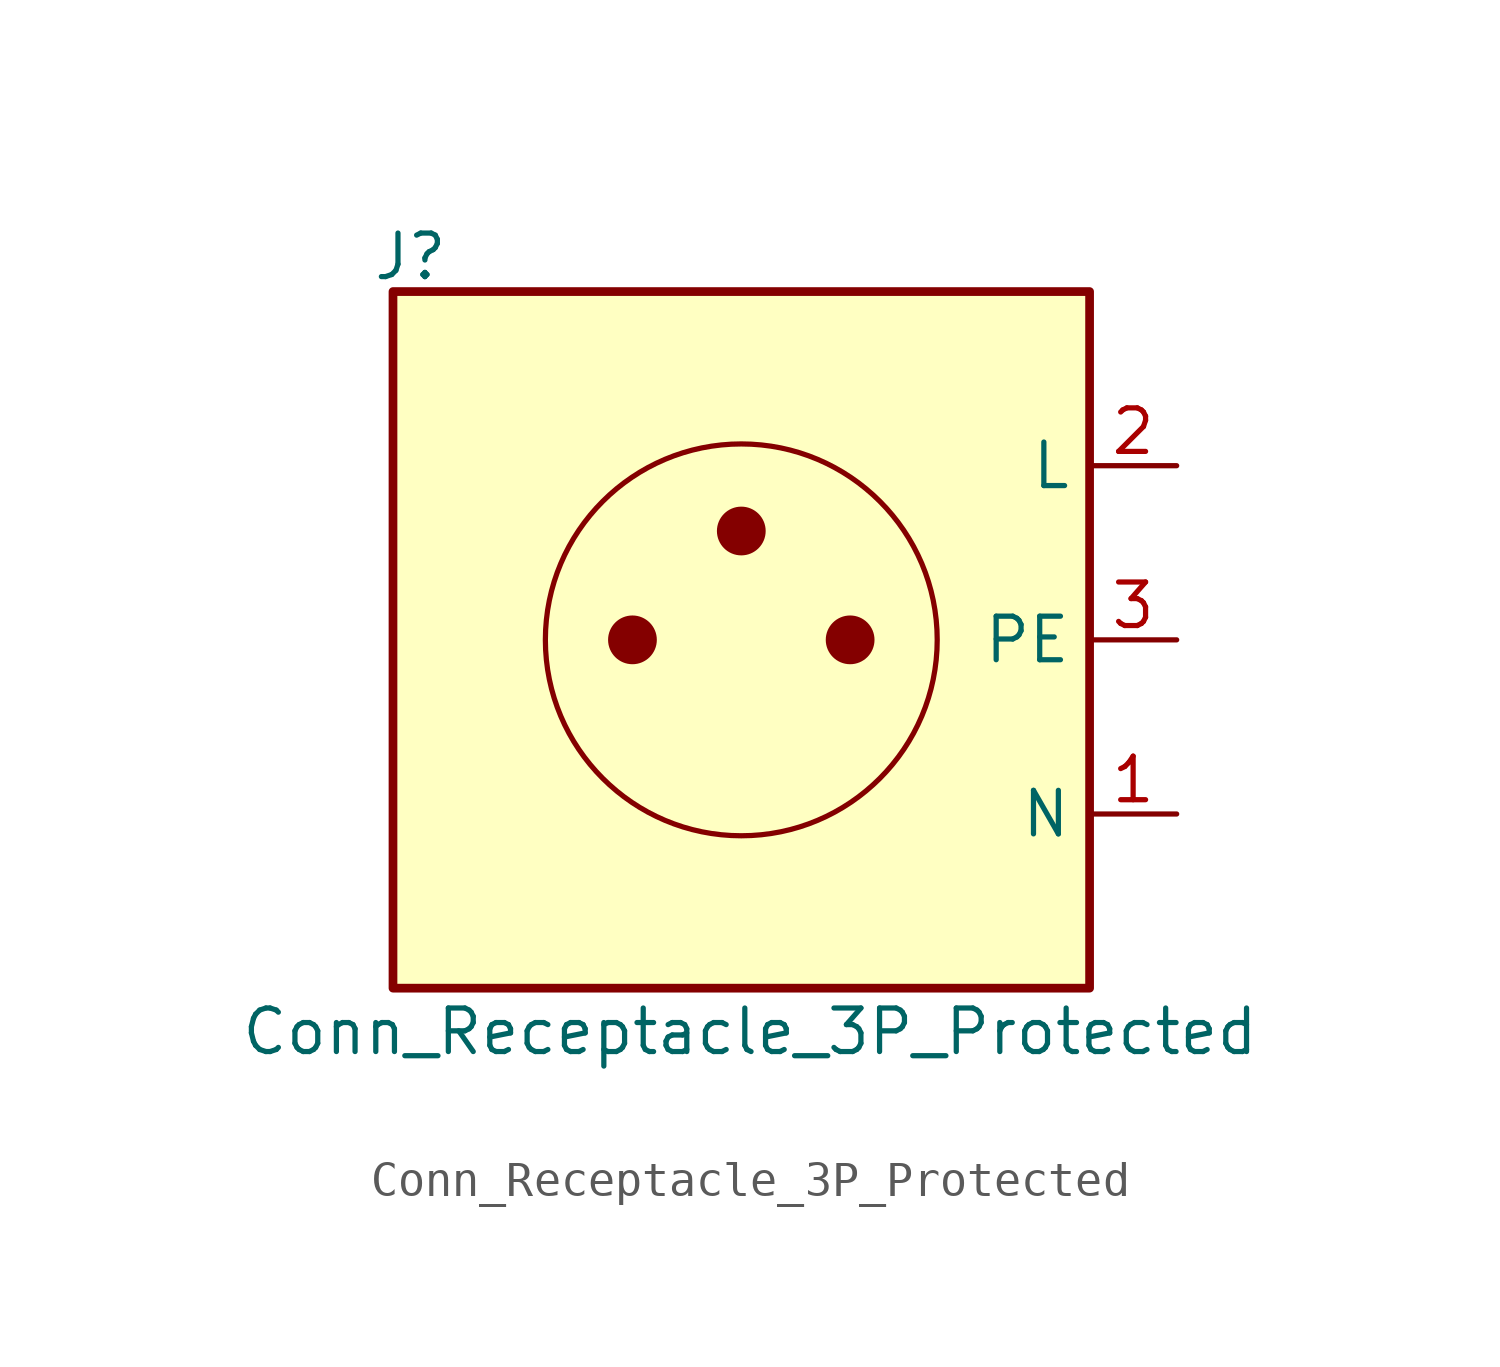
<source format=kicad_sym>
(kicad_symbol_lib
  (version 20241209)
  (generator "kicad_symbol_editor")
  (generator_version "9.0")
  (symbol "Conn_Receptacle_3P_Protected"
    (property "Reference" "J"
      (at -9.652 11.176 0)
      (effects (font (size 1.27 1.27))))
    (property "Value" "Conn_Receptacle_3P_Protected"
      (at 0.254 -11.43 0)
      (effects (font (size 1.27 1.27))))
    (symbol "Conn_Receptacle_3P_Protected_0_1"
      (circle (center 0 0) (radius 5.715) (stroke (width 0) (type default)) (fill (type none))))
    (symbol "Conn_Receptacle_3P_Protected_1_1"
      (rectangle (start -10.16 10.16) (end 10.16 -10.16) (stroke (width 0.254) (type default)) (fill (type background)))
      (circle (center -3.175 0) (radius 0.635) (stroke (width 0) (type default)) (fill (type outline)))
      (circle (center 0 3.175) (radius 0.635) (stroke (width 0) (type default)) (fill (type outline)))
      (circle (center 3.175 0) (radius 0.635) (stroke (width 0) (type default)) (fill (type outline)))
      (pin power_in line (at 12.7 5.08 180) (length 2.54) (name "L" (effects (font (size 1.27 1.27)))) (number "2" (effects (font (size 1.27 1.27)))))
      (pin power_out line (at 12.7 0 180) (length 2.54) (name "PE" (effects (font (size 1.27 1.27)))) (number "3" (effects (font (size 1.27 1.27)))))
      (pin power_out line (at 12.7 -5.08 180) (length 2.54) (name "N" (effects (font (size 1.27 1.27)))) (number "1" (effects (font (size 1.27 1.27))))))))
</source>
